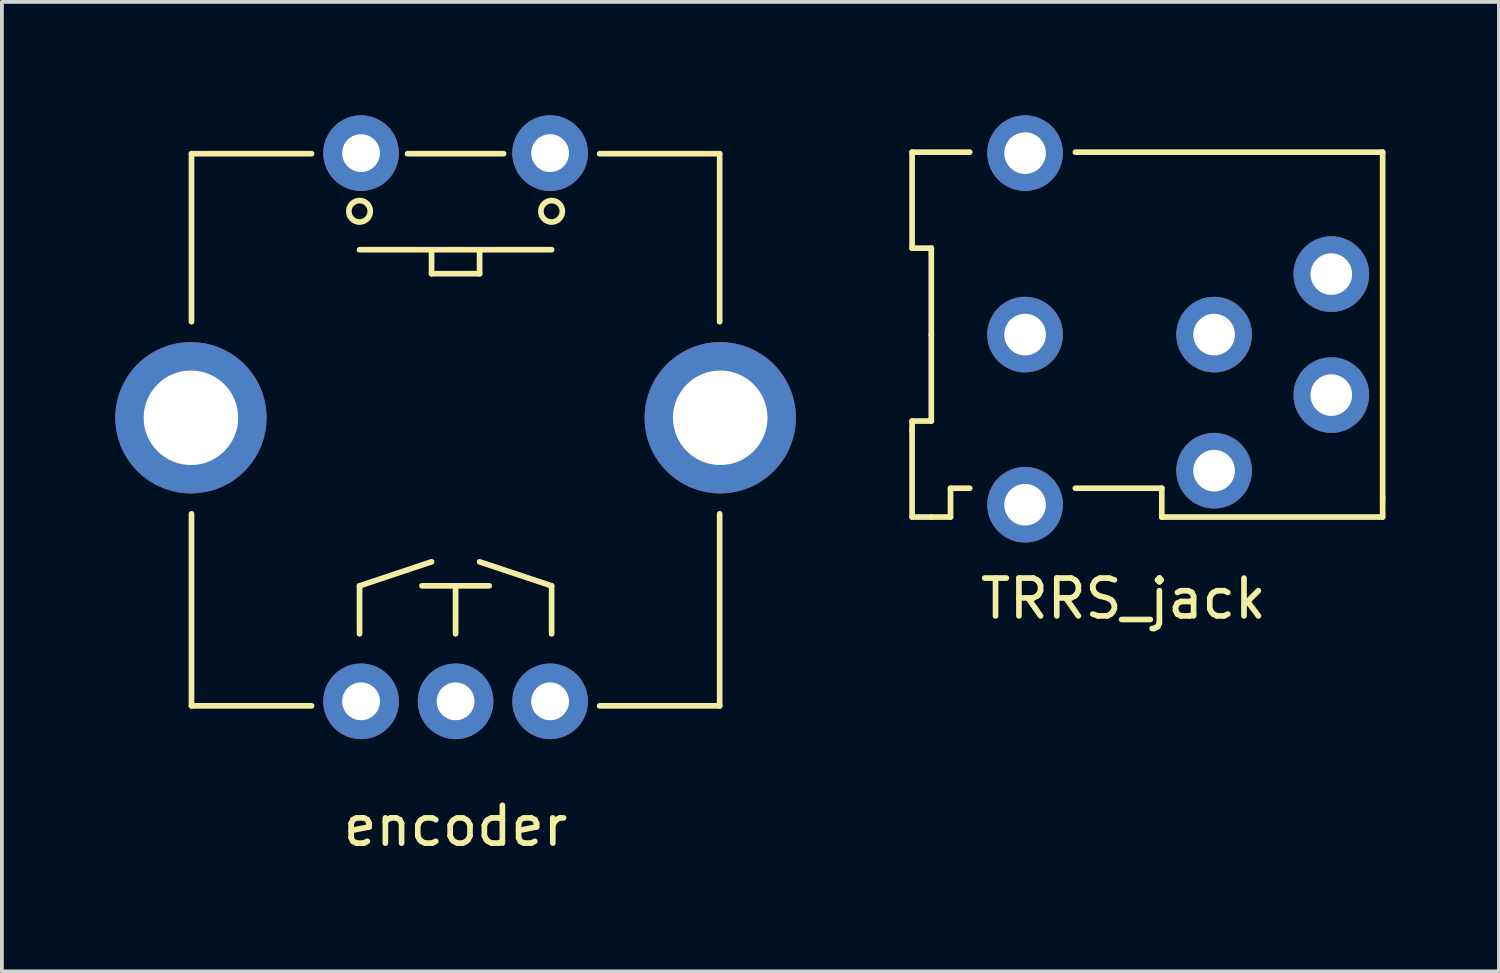
<source format=kicad_pcb>
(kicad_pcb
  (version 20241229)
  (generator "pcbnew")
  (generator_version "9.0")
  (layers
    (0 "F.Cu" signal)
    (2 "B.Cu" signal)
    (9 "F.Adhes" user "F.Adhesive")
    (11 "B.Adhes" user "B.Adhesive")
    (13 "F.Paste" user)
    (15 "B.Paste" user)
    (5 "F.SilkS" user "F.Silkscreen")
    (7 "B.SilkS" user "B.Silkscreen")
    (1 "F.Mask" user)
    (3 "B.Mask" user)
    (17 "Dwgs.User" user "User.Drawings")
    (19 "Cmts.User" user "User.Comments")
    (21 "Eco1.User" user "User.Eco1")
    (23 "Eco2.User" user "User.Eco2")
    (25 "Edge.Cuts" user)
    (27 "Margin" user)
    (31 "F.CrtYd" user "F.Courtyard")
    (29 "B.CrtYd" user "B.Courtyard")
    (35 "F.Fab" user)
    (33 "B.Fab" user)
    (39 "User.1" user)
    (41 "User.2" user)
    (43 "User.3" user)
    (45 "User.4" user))
  (footprint "TRRS_jack"
    (layer "F.Cu")
    (at 26.663 5.8)
    (property "Reference" "TRRS_jack" (at 0 6.985 0) (layer "F.SilkS") (effects (font (size 1 1) (thickness 0.15))))
    (attr through_hole)
    (fp_line (start -5.588 -4.826) (end -4.064 -4.826) (stroke (width 0.15) (type solid)) (layer "F.SilkS"))
    (fp_line (start -5.588 -2.286) (end -5.588 -4.826) (stroke (width 0.15) (type solid)) (layer "F.SilkS"))
    (fp_line (start -5.588 2.286) (end -5.08 2.286) (stroke (width 0.15) (type solid)) (layer "F.SilkS"))
    (fp_line (start -5.588 2.54) (end -5.588 2.286) (stroke (width 0.15) (type solid)) (layer "F.SilkS"))
    (fp_line (start -5.588 2.54) (end -5.588 4.826) (stroke (width 0.15) (type solid)) (layer "F.SilkS"))
    (fp_line (start -5.08 -2.286) (end -5.588 -2.286) (stroke (width 0.15) (type solid)) (layer "F.SilkS"))
    (fp_line (start -5.08 0) (end -5.08 -2.286) (stroke (width 0.15) (type solid)) (layer "F.SilkS"))
    (fp_line (start -5.08 0) (end -5.08 2.286) (stroke (width 0.15) (type solid)) (layer "F.SilkS"))
    (fp_line (start -5.08 4.826) (end -5.588 4.826) (stroke (width 0.15) (type solid)) (layer "F.SilkS"))
    (fp_line (start -4.572 4.064) (end -4.572 4.826) (stroke (width 0.15) (type solid)) (layer "F.SilkS"))
    (fp_line (start -4.572 4.826) (end -5.08 4.826) (stroke (width 0.15) (type solid)) (layer "F.SilkS"))
    (fp_line (start -4.064 4.064) (end -4.572 4.064) (stroke (width 0.15) (type solid)) (layer "F.SilkS"))
    (fp_line (start -1.27 -4.826) (end 6.858 -4.826) (stroke (width 0.15) (type solid)) (layer "F.SilkS"))
    (fp_line (start 1.016 4.064) (end -1.27 4.064) (stroke (width 0.15) (type solid)) (layer "F.SilkS"))
    (fp_line (start 1.016 4.826) (end 1.016 4.064) (stroke (width 0.15) (type solid)) (layer "F.SilkS"))
    (fp_line (start 6.858 -4.826) (end 6.858 4.318) (stroke (width 0.15) (type solid)) (layer "F.SilkS"))
    (fp_line (start 6.858 4.318) (end 6.858 4.826) (stroke (width 0.15) (type solid)) (layer "F.SilkS"))
    (fp_line (start 6.858 4.826) (end 1.016 4.826) (stroke (width 0.15) (type solid)) (layer "F.SilkS"))
    (pad "" thru_hole circle (at -2.6 0) (size 2 2) (drill 1.1) (layers "*.Cu" "*.Mask"))
    (pad "" thru_hole circle (at 2.4 0) (size 2 2) (drill 1.1) (layers "*.Cu" "*.Mask"))
    (pad "1" thru_hole circle (at -2.6 -4.8) (size 2 2) (drill 1.1) (layers "*.Cu" "*.Mask"))
    (pad "2" thru_hole circle (at 2.4 3.6) (size 2 2) (drill 1.1) (layers "*.Cu" "*.Mask"))
    (pad "3" thru_hole circle (at 5.5 -1.6) (size 2 2) (drill 1.1) (layers "*.Cu" "*.Mask"))
    (pad "4" thru_hole circle (at -2.6 4.5) (size 2 2) (drill 1.1) (layers "*.Cu" "*.Mask"))
    (pad "5" thru_hole circle (at 5.5 1.6) (size 2 2) (drill 1.1) (layers "*.Cu" "*.Mask")))
  (footprint "encoder"
    (layer "F.Cu")
    (at 9 8)
    (property "Reference" "encoder" (at 0 10.795 0) (layer "F.SilkS") (effects (font (size 1 1) (thickness 0.15))))
    (attr through_hole)
    (fp_line (start -6.985 -6.985) (end -6.985 -2.54) (stroke (width 0.15) (type solid)) (layer "F.SilkS"))
    (fp_line (start -6.985 7.62) (end -6.985 2.54) (stroke (width 0.15) (type solid)) (layer "F.SilkS"))
    (fp_line (start -3.81 -6.985) (end -6.985 -6.985) (stroke (width 0.15) (type solid)) (layer "F.SilkS"))
    (fp_line (start -3.81 7.62) (end -6.985 7.62) (stroke (width 0.15) (type solid)) (layer "F.SilkS"))
    (fp_line (start -2.54 -4.445) (end 2.54 -4.445) (stroke (width 0.15) (type solid)) (layer "F.SilkS"))
    (fp_line (start -2.54 4.445) (end -0.635 3.81) (stroke (width 0.15) (type solid)) (layer "F.SilkS"))
    (fp_line (start -2.54 5.715) (end -2.54 4.445) (stroke (width 0.15) (type solid)) (layer "F.SilkS"))
    (fp_line (start -1.27 -6.985) (end 1.27 -6.985) (stroke (width 0.15) (type solid)) (layer "F.SilkS"))
    (fp_line (start -0.635 -4.445) (end -0.635 -3.81) (stroke (width 0.15) (type solid)) (layer "F.SilkS"))
    (fp_line (start -0.635 -3.81) (end 0.635 -3.81) (stroke (width 0.15) (type solid)) (layer "F.SilkS"))
    (fp_line (start 0 4.445) (end 0 5.715) (stroke (width 0.15) (type solid)) (layer "F.SilkS"))
    (fp_line (start 0.635 -3.81) (end 0.635 -4.445) (stroke (width 0.15) (type solid)) (layer "F.SilkS"))
    (fp_line (start 0.889 4.445) (end -0.889 4.445) (stroke (width 0.15) (type solid)) (layer "F.SilkS"))
    (fp_line (start 2.54 4.445) (end 0.635 3.81) (stroke (width 0.15) (type solid)) (layer "F.SilkS"))
    (fp_line (start 2.54 5.715) (end 2.54 4.445) (stroke (width 0.15) (type solid)) (layer "F.SilkS"))
    (fp_line (start 3.81 -6.985) (end 6.985 -6.985) (stroke (width 0.15) (type solid)) (layer "F.SilkS"))
    (fp_line (start 6.985 -6.985) (end 6.985 -2.54) (stroke (width 0.15) (type solid)) (layer "F.SilkS"))
    (fp_line (start 6.985 2.54) (end 6.985 7.62) (stroke (width 0.15) (type solid)) (layer "F.SilkS"))
    (fp_line (start 6.985 7.62) (end 3.81 7.62) (stroke (width 0.15) (type solid)) (layer "F.SilkS"))
    (fp_circle (center -2.54 -5.461) (end -2.286 -5.334) (stroke (width 0.15) (type solid)) (fill no) (layer "F.SilkS"))
    (fp_circle (center 2.54 -5.461) (end 2.667 -5.207) (stroke (width 0.15) (type solid)) (fill no) (layer "F.SilkS"))
    (pad "" thru_hole circle (at -7 0) (size 4 4) (drill 2.5) (layers "*.Cu" "*.Mask"))
    (pad "" thru_hole circle (at 7 0) (size 4 4) (drill 2.5) (layers "*.Cu" "*.Mask"))
    (pad "A" thru_hole circle (at -2.5 7.5) (size 2 2) (drill 1) (layers "*.Cu" "*.Mask"))
    (pad "B" thru_hole circle (at 2.5 7.5) (size 2 2) (drill 1) (layers "*.Cu" "*.Mask"))
    (pad "C" thru_hole circle (at 0 7.5) (size 2 2) (drill 1) (layers "*.Cu" "*.Mask"))
    (pad "D" thru_hole circle (at -2.5 -7) (size 2 2) (drill 1) (layers "*.Cu" "*.Mask"))
    (pad "E" thru_hole circle (at 2.5 -7) (size 2 2) (drill 1) (layers "*.Cu" "*.Mask")))
  (gr_rect
    (start -3 -3)
    (end 36.596 22.643)
    (stroke (width 0.1) (type default))
    (fill no)
    (layer "Edge.Cuts")))
</source>
